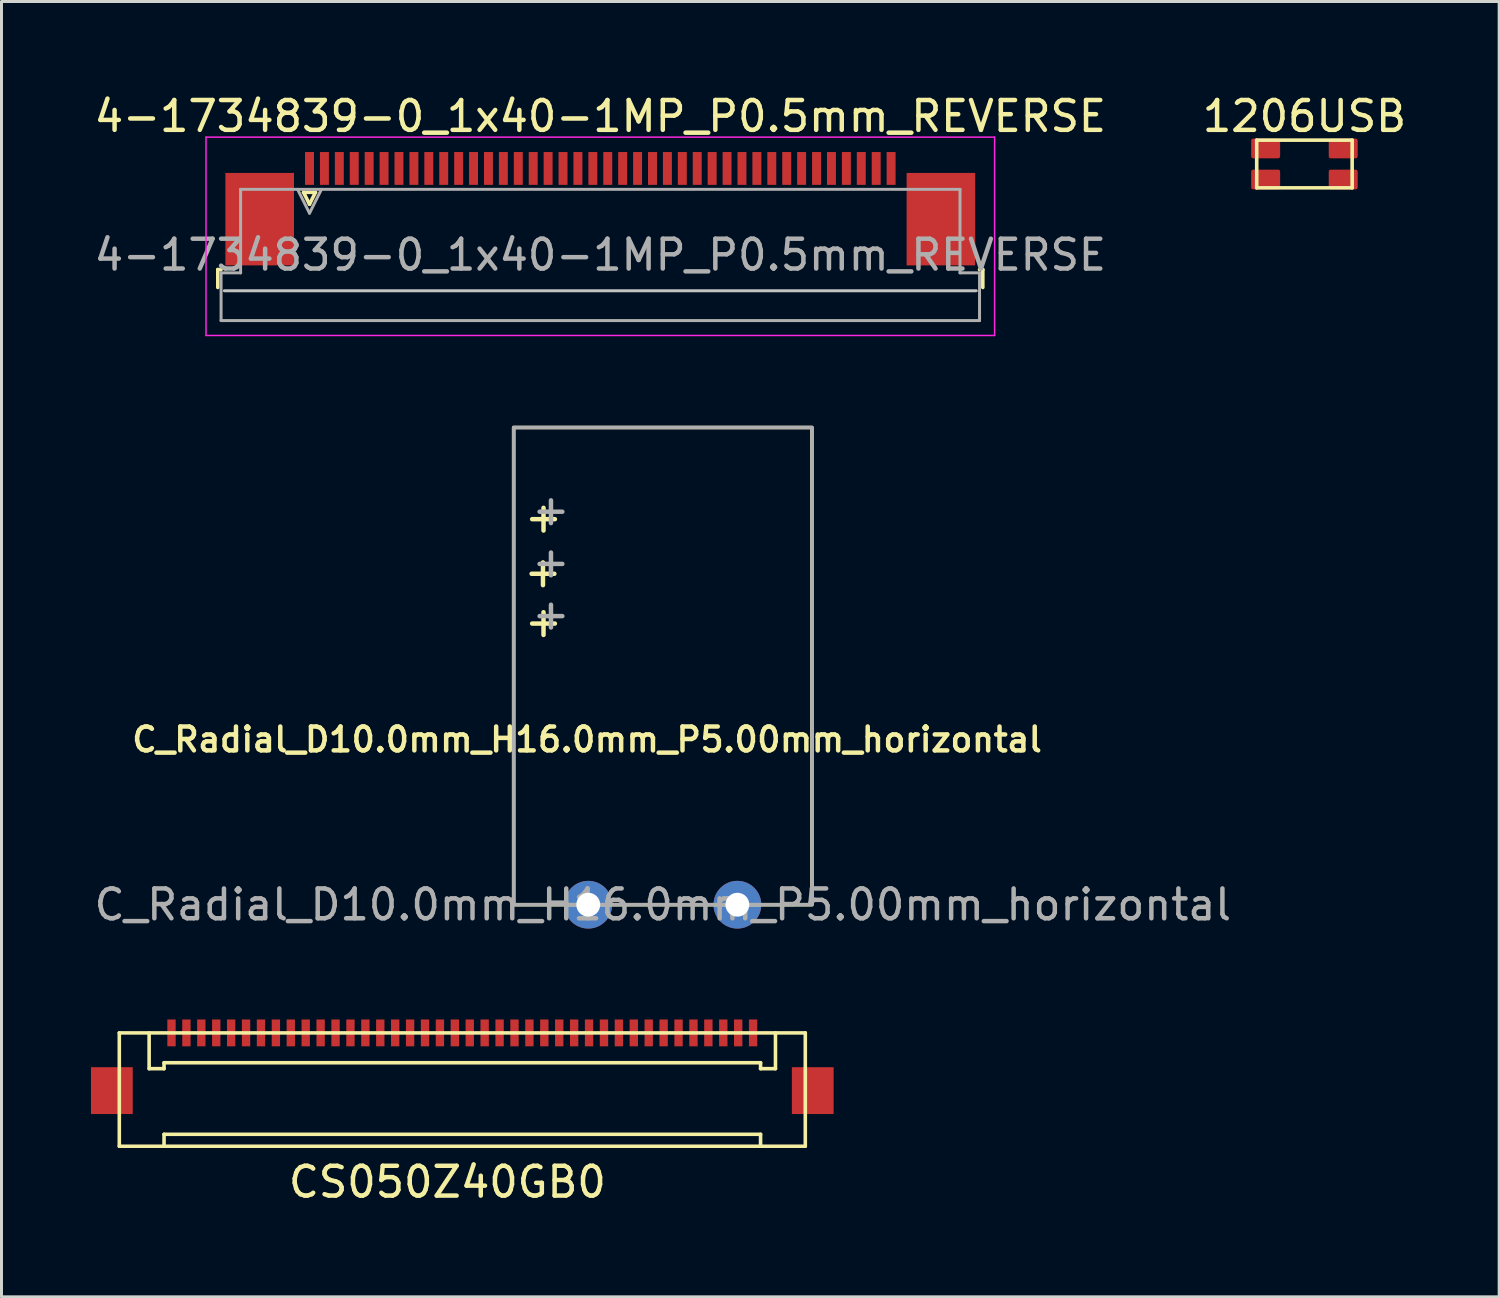
<source format=kicad_pcb>
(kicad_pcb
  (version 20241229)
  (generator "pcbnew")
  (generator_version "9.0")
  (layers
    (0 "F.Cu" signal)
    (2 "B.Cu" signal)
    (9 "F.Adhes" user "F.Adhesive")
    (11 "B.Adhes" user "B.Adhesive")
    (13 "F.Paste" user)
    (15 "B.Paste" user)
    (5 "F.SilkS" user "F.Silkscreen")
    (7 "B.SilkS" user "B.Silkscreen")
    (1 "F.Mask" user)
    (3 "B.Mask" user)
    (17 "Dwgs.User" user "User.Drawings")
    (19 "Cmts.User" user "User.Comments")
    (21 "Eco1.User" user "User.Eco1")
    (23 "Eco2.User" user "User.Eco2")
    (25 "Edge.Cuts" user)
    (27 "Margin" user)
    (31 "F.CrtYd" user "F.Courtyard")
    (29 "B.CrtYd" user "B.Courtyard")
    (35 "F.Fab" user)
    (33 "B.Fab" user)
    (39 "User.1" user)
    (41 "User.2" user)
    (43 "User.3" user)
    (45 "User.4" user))
  (footprint "4-1734839-0_1x40-1MP_P0.5mm_REVERSE"
    (layer "F.Cu")
    (at 17.077 3.948)
    (property "Reference" "4-1734839-0_1x40-1MP_P0.5mm_REVERSE" (at 0 -3.1 0) (layer "F.SilkS") (effects (font (size 1 1) (thickness 0.15))))
    (attr smd)
    (fp_line (start -12.825 2.04) (end -12.825 2.64) (stroke (width 0.12) (type solid)) (layer "F.SilkS"))
    (fp_line (start -12.715 2.04) (end -12.825 2.04) (stroke (width 0.12) (type solid)) (layer "F.SilkS"))
    (fp_line (start -9.95 -0.55) (end -9.75 -0.15) (stroke (width 0.12) (type solid)) (layer "F.SilkS"))
    (fp_line (start -9.75 -0.15) (end -9.55 -0.55) (stroke (width 0.12) (type solid)) (layer "F.SilkS"))
    (fp_line (start -9.55 -0.55) (end -9.95 -0.55) (stroke (width 0.12) (type solid)) (layer "F.SilkS"))
    (fp_line (start 12.715 2.04) (end 12.825 2.04) (stroke (width 0.12) (type solid)) (layer "F.SilkS"))
    (fp_line (start 12.825 2.04) (end 12.825 2.64) (stroke (width 0.12) (type solid)) (layer "F.SilkS"))
    (fp_line (start 12.605 2.75) (end -12.605 2.75) (stroke (width 0.1) (type solid)) (layer "Dwgs.User"))
    (fp_line (start -13.22 -2.4) (end -13.22 4.25) (stroke (width 0.05) (type solid)) (layer "F.CrtYd"))
    (fp_line (start -13.22 4.25) (end 13.22 4.25) (stroke (width 0.05) (type solid)) (layer "F.CrtYd"))
    (fp_line (start 13.22 -2.4) (end -13.22 -2.4) (stroke (width 0.05) (type solid)) (layer "F.CrtYd"))
    (fp_line (start 13.22 4.25) (end 13.22 -2.4) (stroke (width 0.05) (type solid)) (layer "F.CrtYd"))
    (fp_line (start -12.715 2.15) (end -12.06 2.15) (stroke (width 0.1) (type solid)) (layer "F.Fab"))
    (fp_line (start -12.715 3.75) (end -12.715 2.15) (stroke (width 0.1) (type solid)) (layer "F.Fab"))
    (fp_line (start -12.06 -0.65) (end 12.06 -0.65) (stroke (width 0.1) (type solid)) (layer "F.Fab"))
    (fp_line (start -12.06 2.15) (end -12.06 -0.65) (stroke (width 0.1) (type solid)) (layer "F.Fab"))
    (fp_line (start -10.15 -0.65) (end -9.75 0.15) (stroke (width 0.1) (type solid)) (layer "F.Fab"))
    (fp_line (start -9.75 0.15) (end -9.35 -0.65) (stroke (width 0.1) (type solid)) (layer "F.Fab"))
    (fp_line (start 12.06 -0.65) (end 12.06 2.15) (stroke (width 0.1) (type solid)) (layer "F.Fab"))
    (fp_line (start 12.06 2.15) (end 12.715 2.15) (stroke (width 0.1) (type solid)) (layer "F.Fab"))
    (fp_line (start 12.715 2.15) (end 12.715 3.75) (stroke (width 0.1) (type solid)) (layer "F.Fab"))
    (fp_line (start 12.715 3.75) (end -12.715 3.75) (stroke (width 0.1) (type solid)) (layer "F.Fab"))
    (fp_text user "${REFERENCE}" (at 0 1.55 0) (layer "F.Fab") (effects (font (size 1 1) (thickness 0.15))))
    (pad "1" smd rect (at 9.75 -1.35) (size 0.3 1.1) (layers "F.Cu" "F.Mask" "F.Paste"))
    (pad "2" smd rect (at 9.25 -1.35) (size 0.3 1.1) (layers "F.Cu" "F.Mask" "F.Paste"))
    (pad "3" smd rect (at 8.75 -1.35) (size 0.3 1.1) (layers "F.Cu" "F.Mask" "F.Paste"))
    (pad "4" smd rect (at 8.25 -1.35) (size 0.3 1.1) (layers "F.Cu" "F.Mask" "F.Paste"))
    (pad "5" smd rect (at 7.75 -1.35) (size 0.3 1.1) (layers "F.Cu" "F.Mask" "F.Paste"))
    (pad "6" smd rect (at 7.25 -1.35) (size 0.3 1.1) (layers "F.Cu" "F.Mask" "F.Paste"))
    (pad "7" smd rect (at 6.75 -1.35) (size 0.3 1.1) (layers "F.Cu" "F.Mask" "F.Paste"))
    (pad "8" smd rect (at 6.25 -1.35) (size 0.3 1.1) (layers "F.Cu" "F.Mask" "F.Paste"))
    (pad "9" smd rect (at 5.75 -1.35) (size 0.3 1.1) (layers "F.Cu" "F.Mask" "F.Paste"))
    (pad "10" smd rect (at 5.25 -1.35) (size 0.3 1.1) (layers "F.Cu" "F.Mask" "F.Paste"))
    (pad "11" smd rect (at 4.75 -1.35) (size 0.3 1.1) (layers "F.Cu" "F.Mask" "F.Paste"))
    (pad "12" smd rect (at 4.25 -1.35) (size 0.3 1.1) (layers "F.Cu" "F.Mask" "F.Paste"))
    (pad "13" smd rect (at 3.75 -1.35) (size 0.3 1.1) (layers "F.Cu" "F.Mask" "F.Paste"))
    (pad "14" smd rect (at 3.25 -1.35) (size 0.3 1.1) (layers "F.Cu" "F.Mask" "F.Paste"))
    (pad "15" smd rect (at 2.75 -1.35) (size 0.3 1.1) (layers "F.Cu" "F.Mask" "F.Paste"))
    (pad "16" smd rect (at 2.25 -1.35) (size 0.3 1.1) (layers "F.Cu" "F.Mask" "F.Paste"))
    (pad "17" smd rect (at 1.75 -1.35) (size 0.3 1.1) (layers "F.Cu" "F.Mask" "F.Paste"))
    (pad "18" smd rect (at 1.25 -1.35) (size 0.3 1.1) (layers "F.Cu" "F.Mask" "F.Paste"))
    (pad "19" smd rect (at 0.75 -1.35) (size 0.3 1.1) (layers "F.Cu" "F.Mask" "F.Paste"))
    (pad "20" smd rect (at 0.25 -1.35) (size 0.3 1.1) (layers "F.Cu" "F.Mask" "F.Paste"))
    (pad "21" smd rect (at -0.25 -1.35) (size 0.3 1.1) (layers "F.Cu" "F.Mask" "F.Paste"))
    (pad "22" smd rect (at -0.75 -1.35) (size 0.3 1.1) (layers "F.Cu" "F.Mask" "F.Paste"))
    (pad "23" smd rect (at -1.25 -1.35) (size 0.3 1.1) (layers "F.Cu" "F.Mask" "F.Paste"))
    (pad "24" smd rect (at -1.75 -1.35) (size 0.3 1.1) (layers "F.Cu" "F.Mask" "F.Paste"))
    (pad "25" smd rect (at -2.25 -1.35) (size 0.3 1.1) (layers "F.Cu" "F.Mask" "F.Paste"))
    (pad "26" smd rect (at -2.75 -1.35) (size 0.3 1.1) (layers "F.Cu" "F.Mask" "F.Paste"))
    (pad "27" smd rect (at -3.25 -1.35) (size 0.3 1.1) (layers "F.Cu" "F.Mask" "F.Paste"))
    (pad "28" smd rect (at -3.75 -1.35) (size 0.3 1.1) (layers "F.Cu" "F.Mask" "F.Paste"))
    (pad "29" smd rect (at -4.25 -1.35) (size 0.3 1.1) (layers "F.Cu" "F.Mask" "F.Paste"))
    (pad "30" smd rect (at -4.75 -1.35) (size 0.3 1.1) (layers "F.Cu" "F.Mask" "F.Paste"))
    (pad "31" smd rect (at -5.25 -1.35) (size 0.3 1.1) (layers "F.Cu" "F.Mask" "F.Paste"))
    (pad "32" smd rect (at -5.75 -1.35) (size 0.3 1.1) (layers "F.Cu" "F.Mask" "F.Paste"))
    (pad "33" smd rect (at -6.25 -1.35) (size 0.3 1.1) (layers "F.Cu" "F.Mask" "F.Paste"))
    (pad "34" smd rect (at -6.75 -1.35) (size 0.3 1.1) (layers "F.Cu" "F.Mask" "F.Paste"))
    (pad "35" smd rect (at -7.25 -1.35) (size 0.3 1.1) (layers "F.Cu" "F.Mask" "F.Paste"))
    (pad "36" smd rect (at -7.75 -1.35) (size 0.3 1.1) (layers "F.Cu" "F.Mask" "F.Paste"))
    (pad "37" smd rect (at -8.25 -1.35) (size 0.3 1.1) (layers "F.Cu" "F.Mask" "F.Paste"))
    (pad "38" smd rect (at -8.75 -1.35) (size 0.3 1.1) (layers "F.Cu" "F.Mask" "F.Paste"))
    (pad "39" smd rect (at -9.25 -1.35) (size 0.3 1.1) (layers "F.Cu" "F.Mask" "F.Paste"))
    (pad "40" smd rect (at -9.75 -1.35) (size 0.3 1.1) (layers "F.Cu" "F.Mask" "F.Paste"))
    (pad "MP" smd rect (at -11.42 0.35) (size 2.3 3.1) (layers "F.Cu" "F.Mask" "F.Paste"))
    (pad "MP" smd rect (at 11.42 0.35) (size 2.3 3.1) (layers "F.Cu" "F.Mask" "F.Paste")))
  (footprint "C_Radial_D10.0mm_H16.0mm_P5.00mm_horizontal"
    (layer "F.Cu")
    (at 16.673 27.283)
    (property "Reference" "C_Radial_D10.0mm_H16.0mm_P5.00mm_horizontal" (at -0.04 -5.537 180) (layer "F.SilkS") (effects (font (size 0.8 0.8) (thickness 0.15))))
    (attr through_hole)
    (fp_rect (start -2.5 0) (end 7.5 -16) (stroke (width 0.12) (type solid)) (fill no) (layer "F.SilkS"))
    (fp_rect (start -2.5 0) (end 7.5 -16) (stroke (width 0.12) (type solid)) (fill no) (layer "F.Fab"))
    (fp_text user "+" (at -1.518 -11.169 0) (unlocked yes) (layer "F.SilkS") (effects (font (size 1 1) (thickness 0.15))))
    (fp_text user "+" (at -1.5 -9.5 0) (unlocked yes) (layer "F.SilkS") (effects (font (size 1 1) (thickness 0.15))))
    (fp_text user "+" (at -1.5 -13 0) (unlocked yes) (layer "F.SilkS") (effects (font (size 1 1) (thickness 0.15))))
    (fp_text user "+" (at -1.25 -9.75 0) (unlocked yes) (layer "F.Fab") (effects (font (size 1 1) (thickness 0.15))))
    (fp_text user "+" (at -1.25 -13.25 0) (unlocked yes) (layer "F.Fab") (effects (font (size 1 1) (thickness 0.15))))
    (fp_text user "${REFERENCE}" (at 2.5 0 180) (layer "F.Fab") (effects (font (size 1 1) (thickness 0.15))))
    (fp_text user "+" (at -1.25 -11.5 0) (unlocked yes) (layer "F.Fab") (effects (font (size 1 1) (thickness 0.15))))
    (pad "1" thru_hole circle (at 0 0) (size 1.6 1.6) (drill 0.8) (layers "*.Cu" "*.Mask"))
    (pad "2" thru_hole circle (at 5 0) (size 1.6 1.6) (drill 0.8) (layers "*.Cu" "*.Mask")))
  (footprint "CS050Z40GB0"
    (layer "F.Cu")
    (at 12.45 31.581)
    (property "Reference" "CS050Z40GB0" (at -0.5 5 0) (layer "F.SilkS") (effects (font (size 1 1) (thickness 0.15))))
    (attr through_hole)
    (fp_line (start -11.5 0) (end -11.5 3.8) (stroke (width 0.12) (type solid)) (layer "F.SilkS"))
    (fp_line (start -11.5 3.8) (end 11.5 3.8) (stroke (width 0.12) (type solid)) (layer "F.SilkS"))
    (fp_line (start -10.5 0) (end -10.5 1.2) (stroke (width 0.12) (type solid)) (layer "F.SilkS"))
    (fp_line (start -10.5 1.2) (end -10 1.2) (stroke (width 0.12) (type solid)) (layer "F.SilkS"))
    (fp_line (start -10 1) (end 10 1) (stroke (width 0.12) (type solid)) (layer "F.SilkS"))
    (fp_line (start -10 1.2) (end -10 1) (stroke (width 0.12) (type solid)) (layer "F.SilkS"))
    (fp_line (start -10 3.4) (end 10 3.4) (stroke (width 0.12) (type solid)) (layer "F.SilkS"))
    (fp_line (start -10 3.8) (end -10 3.4) (stroke (width 0.12) (type solid)) (layer "F.SilkS"))
    (fp_line (start 10 1) (end 10 1.2) (stroke (width 0.12) (type solid)) (layer "F.SilkS"))
    (fp_line (start 10 1.2) (end 10.5 1.2) (stroke (width 0.12) (type solid)) (layer "F.SilkS"))
    (fp_line (start 10 3.4) (end 10 3.8) (stroke (width 0.12) (type solid)) (layer "F.SilkS"))
    (fp_line (start 10.5 1.2) (end 10.5 0) (stroke (width 0.12) (type solid)) (layer "F.SilkS"))
    (fp_line (start 11.5 0) (end -11.5 0) (stroke (width 0.12) (type solid)) (layer "F.SilkS"))
    (fp_line (start 11.5 3.8) (end 11.5 0) (stroke (width 0.12) (type solid)) (layer "F.SilkS"))
    (pad "1" smd rect (at 9.75 0) (size 0.28 0.9) (layers "F.Cu" "F.Mask" "F.Paste"))
    (pad "2" smd rect (at 9.25 0) (size 0.28 0.9) (layers "F.Cu" "F.Mask" "F.Paste"))
    (pad "3" smd rect (at 8.75 0) (size 0.28 0.9) (layers "F.Cu" "F.Mask" "F.Paste"))
    (pad "4" smd rect (at 8.25 0) (size 0.28 0.9) (layers "F.Cu" "F.Mask" "F.Paste"))
    (pad "5" smd rect (at 7.75 0) (size 0.28 0.9) (layers "F.Cu" "F.Mask" "F.Paste"))
    (pad "6" smd rect (at 7.25 0) (size 0.28 0.9) (layers "F.Cu" "F.Mask" "F.Paste"))
    (pad "7" smd rect (at 6.75 0) (size 0.28 0.9) (layers "F.Cu" "F.Mask" "F.Paste"))
    (pad "8" smd rect (at 6.25 0) (size 0.28 0.9) (layers "F.Cu" "F.Mask" "F.Paste"))
    (pad "9" smd rect (at 5.75 0) (size 0.28 0.9) (layers "F.Cu" "F.Mask" "F.Paste"))
    (pad "10" smd rect (at 5.25 0) (size 0.28 0.9) (layers "F.Cu" "F.Mask" "F.Paste"))
    (pad "11" smd rect (at 4.75 0) (size 0.28 0.9) (layers "F.Cu" "F.Mask" "F.Paste"))
    (pad "12" smd rect (at 4.25 0) (size 0.28 0.9) (layers "F.Cu" "F.Mask" "F.Paste"))
    (pad "13" smd rect (at 3.75 0) (size 0.28 0.9) (layers "F.Cu" "F.Mask" "F.Paste"))
    (pad "14" smd rect (at 3.25 0) (size 0.28 0.9) (layers "F.Cu" "F.Mask" "F.Paste"))
    (pad "15" smd rect (at 2.75 0) (size 0.28 0.9) (layers "F.Cu" "F.Mask" "F.Paste"))
    (pad "16" smd rect (at 2.25 0) (size 0.28 0.9) (layers "F.Cu" "F.Mask" "F.Paste"))
    (pad "17" smd rect (at 1.75 0) (size 0.28 0.9) (layers "F.Cu" "F.Mask" "F.Paste"))
    (pad "18" smd rect (at 1.25 0) (size 0.28 0.9) (layers "F.Cu" "F.Mask" "F.Paste"))
    (pad "19" smd rect (at 0.75 0) (size 0.28 0.9) (layers "F.Cu" "F.Mask" "F.Paste"))
    (pad "20" smd rect (at 0.25 0) (size 0.28 0.9) (layers "F.Cu" "F.Mask" "F.Paste"))
    (pad "21" smd rect (at -0.25 0) (size 0.28 0.9) (layers "F.Cu" "F.Mask" "F.Paste"))
    (pad "22" smd rect (at -0.75 0) (size 0.28 0.9) (layers "F.Cu" "F.Mask" "F.Paste"))
    (pad "23" smd rect (at -1.25 0) (size 0.28 0.9) (layers "F.Cu" "F.Mask" "F.Paste"))
    (pad "24" smd rect (at -1.75 0) (size 0.28 0.9) (layers "F.Cu" "F.Mask" "F.Paste"))
    (pad "25" smd rect (at -2.25 0) (size 0.28 0.9) (layers "F.Cu" "F.Mask" "F.Paste"))
    (pad "26" smd rect (at -2.75 0) (size 0.28 0.9) (layers "F.Cu" "F.Mask" "F.Paste"))
    (pad "27" smd rect (at -3.25 0) (size 0.28 0.9) (layers "F.Cu" "F.Mask" "F.Paste"))
    (pad "28" smd rect (at -3.75 0) (size 0.28 0.9) (layers "F.Cu" "F.Mask" "F.Paste"))
    (pad "29" smd rect (at -4.25 0) (size 0.28 0.9) (layers "F.Cu" "F.Mask" "F.Paste"))
    (pad "30" smd rect (at -4.75 0) (size 0.28 0.9) (layers "F.Cu" "F.Mask" "F.Paste"))
    (pad "31" smd rect (at -5.25 0) (size 0.28 0.9) (layers "F.Cu" "F.Mask" "F.Paste"))
    (pad "32" smd rect (at -5.75 0) (size 0.28 0.9) (layers "F.Cu" "F.Mask" "F.Paste"))
    (pad "33" smd rect (at -6.25 0) (size 0.28 0.9) (layers "F.Cu" "F.Mask" "F.Paste"))
    (pad "34" smd rect (at -6.75 0) (size 0.28 0.9) (layers "F.Cu" "F.Mask" "F.Paste"))
    (pad "35" smd rect (at -7.25 0) (size 0.28 0.9) (layers "F.Cu" "F.Mask" "F.Paste"))
    (pad "36" smd rect (at -7.75 0) (size 0.28 0.9) (layers "F.Cu" "F.Mask" "F.Paste"))
    (pad "37" smd rect (at -8.25 0) (size 0.28 0.9) (layers "F.Cu" "F.Mask" "F.Paste"))
    (pad "38" smd rect (at -8.75 0) (size 0.28 0.9) (layers "F.Cu" "F.Mask" "F.Paste"))
    (pad "39" smd rect (at -9.25 0) (size 0.28 0.9) (layers "F.Cu" "F.Mask" "F.Paste"))
    (pad "40" smd rect (at -9.75 0) (size 0.28 0.9) (layers "F.Cu" "F.Mask" "F.Paste"))
    (pad "MP" smd rect (at -11.75 1.935) (size 1.4 1.57) (layers "F.Cu" "F.Mask" "F.Paste"))
    (pad "MP" smd rect (at 11.75 1.935) (size 1.4 1.57) (layers "F.Cu" "F.Mask" "F.Paste")))
  (footprint "1206USB"
    (layer "F.Cu")
    (at 40.685 2.448)
    (property "Reference" "1206USB" (at 0 -1.6 0) (layer "F.SilkS") (effects (font (size 1 1) (thickness 0.15))))
    (attr through_hole)
    (fp_line (start -1.6 -0.8) (end 1.6 -0.8) (stroke (width 0.12) (type solid)) (layer "F.SilkS"))
    (fp_line (start -1.6 0.8) (end -1.6 -0.8) (stroke (width 0.12) (type solid)) (layer "F.SilkS"))
    (fp_line (start 1.6 -0.8) (end 1.6 0.8) (stroke (width 0.12) (type solid)) (layer "F.SilkS"))
    (fp_line (start 1.6 0.8) (end -1.6 0.8) (stroke (width 0.12) (type solid)) (layer "F.SilkS"))
    (pad "1" smd roundrect (at 1.3 -0.52) (size 0.97 0.66) (layers "F.Cu" "F.Mask" "F.Paste") (roundrect_rratio 0.1))
    (pad "2" smd roundrect (at -1.3 -0.52) (size 0.97 0.66) (layers "F.Cu" "F.Mask" "F.Paste") (roundrect_rratio 0.1))
    (pad "3" smd roundrect (at -1.3 0.52) (size 0.97 0.66) (layers "F.Cu" "F.Mask" "F.Paste") (roundrect_rratio 0.1))
    (pad "4" smd roundrect (at 1.3 0.52) (size 0.97 0.66) (layers "F.Cu" "F.Mask" "F.Paste") (roundrect_rratio 0.1)))
  (gr_rect
    (start -3 -3)
    (end 47.214 40.43)
    (stroke (width 0.1) (type default))
    (fill no)
    (layer "Edge.Cuts")))
</source>
